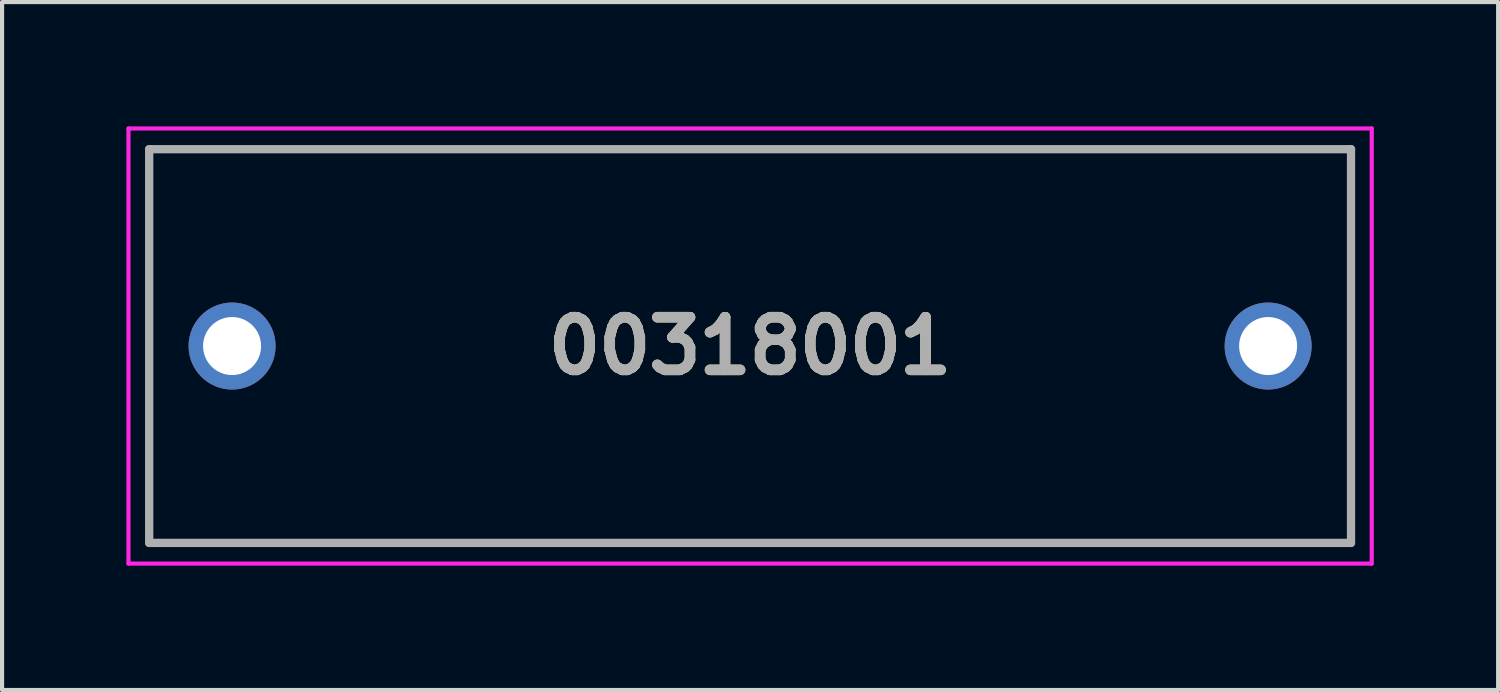
<source format=kicad_pcb>
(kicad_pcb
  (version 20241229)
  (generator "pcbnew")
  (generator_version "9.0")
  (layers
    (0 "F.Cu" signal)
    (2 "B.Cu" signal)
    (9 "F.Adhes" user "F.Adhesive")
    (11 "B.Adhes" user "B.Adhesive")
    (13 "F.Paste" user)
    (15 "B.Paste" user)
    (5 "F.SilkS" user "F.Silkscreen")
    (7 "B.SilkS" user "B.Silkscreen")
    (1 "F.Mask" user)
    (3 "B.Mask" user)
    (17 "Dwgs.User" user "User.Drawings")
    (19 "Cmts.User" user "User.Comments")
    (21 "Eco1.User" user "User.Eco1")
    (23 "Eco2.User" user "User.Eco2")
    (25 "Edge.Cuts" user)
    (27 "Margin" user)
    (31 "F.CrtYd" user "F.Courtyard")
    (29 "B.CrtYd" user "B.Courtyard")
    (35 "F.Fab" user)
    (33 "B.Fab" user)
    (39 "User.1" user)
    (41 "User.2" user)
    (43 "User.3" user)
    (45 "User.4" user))
  (footprint "00318001"
    (layer "F.Cu")
    (at 2.55 5.3)
    (property "Reference" "00318001" (at 12.5 0 0) (layer "F.SilkS") (effects (font (size 1.27 1.27) (thickness 0.254))))
    (attr through_hole)
    (fp_line (start -2 -4.75) (end 27 -4.75) (stroke (width 0.1) (type solid)) (layer "F.SilkS"))
    (fp_line (start -2 4.75) (end -2 -4.75) (stroke (width 0.1) (type solid)) (layer "F.SilkS"))
    (fp_line (start 27 -4.75) (end 27 4.75) (stroke (width 0.1) (type solid)) (layer "F.SilkS"))
    (fp_line (start 27 4.75) (end -2 4.75) (stroke (width 0.1) (type solid)) (layer "F.SilkS"))
    (fp_line (start -2.5 -5.25) (end 27.5 -5.25) (stroke (width 0.1) (type solid)) (layer "F.CrtYd"))
    (fp_line (start -2.5 5.25) (end -2.5 -5.25) (stroke (width 0.1) (type solid)) (layer "F.CrtYd"))
    (fp_line (start 27.5 -5.25) (end 27.5 5.25) (stroke (width 0.1) (type solid)) (layer "F.CrtYd"))
    (fp_line (start 27.5 5.25) (end -2.5 5.25) (stroke (width 0.1) (type solid)) (layer "F.CrtYd"))
    (fp_line (start -2 -4.75) (end 27 -4.75) (stroke (width 0.2) (type solid)) (layer "F.Fab"))
    (fp_line (start -2 4.75) (end -2 -4.75) (stroke (width 0.2) (type solid)) (layer "F.Fab"))
    (fp_line (start 27 -4.75) (end 27 4.75) (stroke (width 0.2) (type solid)) (layer "F.Fab"))
    (fp_line (start 27 4.75) (end -2 4.75) (stroke (width 0.2) (type solid)) (layer "F.Fab"))
    (fp_text user "${REFERENCE}" (at 12.5 0 0) (layer "F.Fab") (effects (font (size 1.27 1.27) (thickness 0.254))))
    (pad "1" thru_hole circle (at 0 0) (size 2.1 2.1) (drill 1.4) (layers "*.Cu" "*.Mask"))
    (pad "2" thru_hole circle (at 25 0) (size 2.1 2.1) (drill 1.4) (layers "*.Cu" "*.Mask")))
  (gr_rect
    (start -3 -3)
    (end 33.1 13.6)
    (stroke (width 0.1) (type default))
    (fill no)
    (layer "Edge.Cuts")))
</source>
